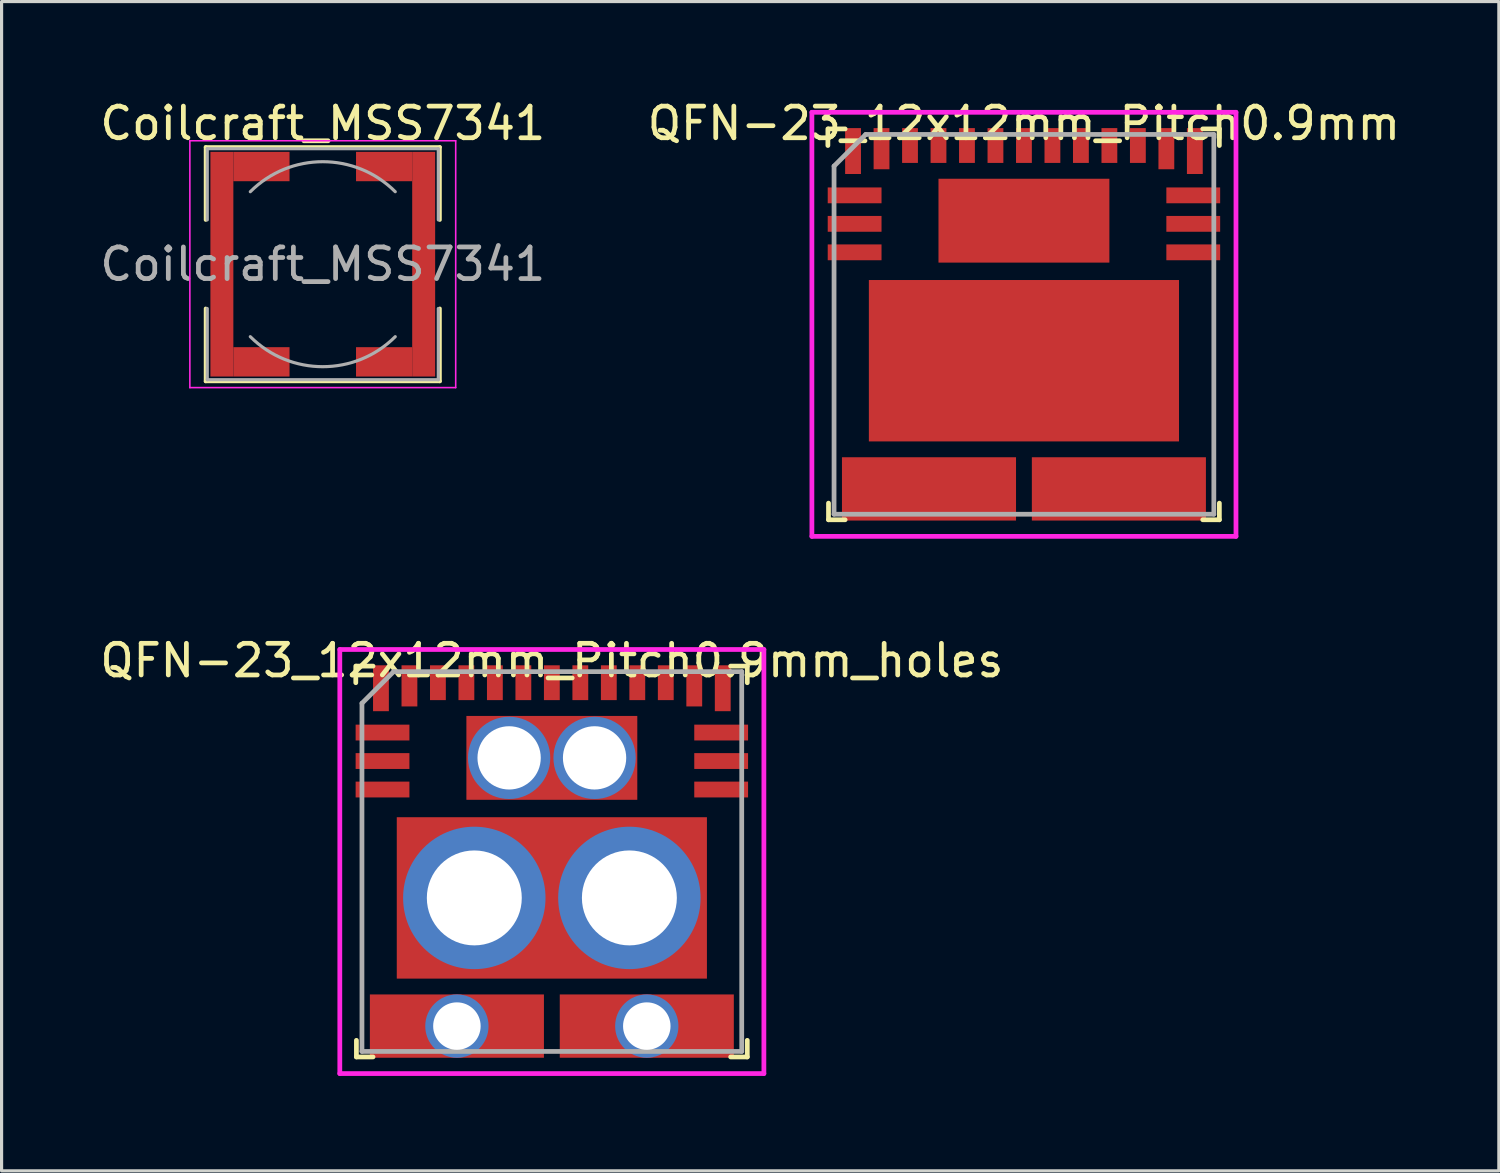
<source format=kicad_pcb>
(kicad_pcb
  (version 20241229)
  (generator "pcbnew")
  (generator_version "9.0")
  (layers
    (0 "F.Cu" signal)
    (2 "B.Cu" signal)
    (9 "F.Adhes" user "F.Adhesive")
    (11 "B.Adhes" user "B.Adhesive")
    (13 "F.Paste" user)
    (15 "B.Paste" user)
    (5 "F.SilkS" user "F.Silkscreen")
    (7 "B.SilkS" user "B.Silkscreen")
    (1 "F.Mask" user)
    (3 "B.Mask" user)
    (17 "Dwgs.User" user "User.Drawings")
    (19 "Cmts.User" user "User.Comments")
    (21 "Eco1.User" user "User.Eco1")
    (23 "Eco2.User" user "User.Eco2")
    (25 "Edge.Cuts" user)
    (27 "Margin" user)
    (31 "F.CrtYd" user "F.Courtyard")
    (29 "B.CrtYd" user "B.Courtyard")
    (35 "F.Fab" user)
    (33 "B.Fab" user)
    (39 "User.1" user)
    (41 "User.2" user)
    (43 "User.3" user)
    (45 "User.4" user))
  (footprint "Coilcraft_MSS7341"
    (layer "F.Cu")
    (at 7.149 5.298)
    (property "Reference" "Coilcraft_MSS7341" (at 0 -4.45 0) (layer "F.SilkS") (effects (font (size 1 1) (thickness 0.15))))
    (attr smd)
    (fp_line (start -3.7 -3.7) (end 3.7 -3.7) (stroke (width 0.12) (type solid)) (layer "F.SilkS"))
    (fp_line (start -3.7 -1.4) (end -3.7 -3.7) (stroke (width 0.12) (type solid)) (layer "F.SilkS"))
    (fp_line (start -3.7 3.7) (end -3.7 1.4) (stroke (width 0.12) (type solid)) (layer "F.SilkS"))
    (fp_line (start 3.7 -3.7) (end 3.7 -1.4) (stroke (width 0.12) (type solid)) (layer "F.SilkS"))
    (fp_line (start 3.7 1.4) (end 3.7 3.7) (stroke (width 0.12) (type solid)) (layer "F.SilkS"))
    (fp_line (start 3.7 3.7) (end -3.7 3.7) (stroke (width 0.12) (type solid)) (layer "F.SilkS"))
    (fp_line (start -4.2 -3.9) (end -4.2 3.9) (stroke (width 0.05) (type solid)) (layer "F.CrtYd"))
    (fp_line (start -4.2 3.9) (end 4.2 3.9) (stroke (width 0.05) (type solid)) (layer "F.CrtYd"))
    (fp_line (start 4.2 -3.9) (end -4.2 -3.9) (stroke (width 0.05) (type solid)) (layer "F.CrtYd"))
    (fp_line (start 4.2 3.9) (end 4.2 -3.9) (stroke (width 0.05) (type solid)) (layer "F.CrtYd"))
    (fp_line (start -3.65 -3.65) (end -3.65 -1.4) (stroke (width 0.1) (type solid)) (layer "F.Fab"))
    (fp_line (start -3.65 -3.65) (end 3.65 -3.65) (stroke (width 0.1) (type solid)) (layer "F.Fab"))
    (fp_line (start -3.65 3.65) (end -3.65 1.4) (stroke (width 0.1) (type solid)) (layer "F.Fab"))
    (fp_line (start 3.65 -3.65) (end 3.65 -1.4) (stroke (width 0.1) (type solid)) (layer "F.Fab"))
    (fp_line (start 3.65 3.65) (end -3.65 3.65) (stroke (width 0.1) (type solid)) (layer "F.Fab"))
    (fp_line (start 3.65 3.65) (end 3.65 1.4) (stroke (width 0.1) (type solid)) (layer "F.Fab"))
    (fp_arc (start -2.29 -2.29) (mid 0 -3.238549) (end 2.29 -2.29) (stroke (width 0.1) (type solid)) (layer "F.Fab"))
    (fp_arc (start 2.29 2.29) (mid 0 3.238549) (end -2.29 2.29) (stroke (width 0.1) (type solid)) (layer "F.Fab"))
    (fp_text user "${REFERENCE}" (at 0 0 0) (layer "F.Fab") (effects (font (size 1 1) (thickness 0.15))))
    (pad "1" smd rect (at -3.188 0) (size 0.725 7.1) (layers "F.Cu" "F.Mask" "F.Paste"))
    (pad "1" smd rect (at -1.938 -3.086) (size 1.775 0.928) (layers "F.Cu" "F.Mask" "F.Paste"))
    (pad "1" smd rect (at -1.938 3.086) (size 1.775 0.928) (layers "F.Cu" "F.Mask" "F.Paste"))
    (pad "2" smd rect (at 1.938 -3.086) (size 1.775 0.928) (layers "F.Cu" "F.Mask" "F.Paste"))
    (pad "2" smd rect (at 1.938 3.086) (size 1.775 0.928) (layers "F.Cu" "F.Mask" "F.Paste"))
    (pad "2" smd rect (at 3.188 0) (size 0.725 7.1) (layers "F.Cu" "F.Mask" "F.Paste")))
  (footprint "QFN-23_12x12mm_Pitch0.9mm_holes"
    (layer "F.Cu")
    (at 14.387 24.172)
    (property "Reference" "QFN-23_12x12mm_Pitch0.9mm_holes" (at 0 -6.35 0) (layer "F.SilkS") (effects (font (size 1 1) (thickness 0.15))))
    (attr smd)
    (fp_line (start -6.195 -6.175) (end -6.195 -5.65) (stroke (width 0.15) (type solid)) (layer "F.SilkS"))
    (fp_line (start -6.175 -6.175) (end -5.65 -6.175) (stroke (width 0.15) (type solid)) (layer "F.SilkS"))
    (fp_line (start -6.175 6.175) (end -6.175 5.65) (stroke (width 0.15) (type solid)) (layer "F.SilkS"))
    (fp_line (start -6.175 6.175) (end -5.65 6.175) (stroke (width 0.15) (type solid)) (layer "F.SilkS"))
    (fp_line (start 6.175 -6.175) (end 5.65 -6.175) (stroke (width 0.15) (type solid)) (layer "F.SilkS"))
    (fp_line (start 6.175 -6.175) (end 6.175 -5.65) (stroke (width 0.15) (type solid)) (layer "F.SilkS"))
    (fp_line (start 6.175 6.175) (end 5.65 6.175) (stroke (width 0.15) (type solid)) (layer "F.SilkS"))
    (fp_line (start 6.175 6.175) (end 6.175 5.65) (stroke (width 0.15) (type solid)) (layer "F.SilkS"))
    (fp_line (start -6.7 -6.7) (end -6.7 6.7) (stroke (width 0.15) (type solid)) (layer "F.CrtYd"))
    (fp_line (start -6.7 -6.7) (end 6.7 -6.7) (stroke (width 0.15) (type solid)) (layer "F.CrtYd"))
    (fp_line (start -6.7 6.7) (end 6.7 6.7) (stroke (width 0.15) (type solid)) (layer "F.CrtYd"))
    (fp_line (start 6.7 -6.7) (end 6.7 6.7) (stroke (width 0.15) (type solid)) (layer "F.CrtYd"))
    (fp_line (start -6 -5) (end -5 -6) (stroke (width 0.15) (type solid)) (layer "F.Fab"))
    (fp_line (start -6 6) (end -6 -5) (stroke (width 0.15) (type solid)) (layer "F.Fab"))
    (fp_line (start -5 -6) (end 6 -6) (stroke (width 0.15) (type solid)) (layer "F.Fab"))
    (fp_line (start 6 -6) (end 6 6) (stroke (width 0.15) (type solid)) (layer "F.Fab"))
    (fp_line (start 6 6) (end -6 6) (stroke (width 0.15) (type solid)) (layer "F.Fab"))
    (pad "1" smd rect (at 5.4 -5.475) (size 0.5 1.45) (layers "F.Cu" "F.Mask" "F.Paste"))
    (pad "2" smd rect (at 4.5 -5.55) (size 0.5 1.3) (layers "F.Cu" "F.Mask" "F.Paste"))
    (pad "3" smd rect (at 3.6 -5.65) (size 0.5 1.1) (layers "F.Cu" "F.Mask" "F.Paste"))
    (pad "4" smd rect (at 2.7 -5.65) (size 0.5 1.1) (layers "F.Cu" "F.Mask" "F.Paste"))
    (pad "5" smd rect (at 1.8 -5.65) (size 0.5 1.1) (layers "F.Cu" "F.Mask" "F.Paste"))
    (pad "6" smd rect (at 0.9 -5.65) (size 0.5 1.1) (layers "F.Cu" "F.Mask" "F.Paste"))
    (pad "7" smd rect (at 0 -5.65) (size 0.5 1.1) (layers "F.Cu" "F.Mask" "F.Paste"))
    (pad "8" smd rect (at -0.9 -5.65) (size 0.5 1.1) (layers "F.Cu" "F.Mask" "F.Paste"))
    (pad "9" smd rect (at -1.8 -5.65) (size 0.5 1.1) (layers "F.Cu" "F.Mask" "F.Paste"))
    (pad "10" smd rect (at -2.7 -5.65) (size 0.5 1.1) (layers "F.Cu" "F.Mask" "F.Paste"))
    (pad "11" smd rect (at -3.6 -5.65) (size 0.5 1.1) (layers "F.Cu" "F.Mask" "F.Paste"))
    (pad "12" smd rect (at -4.5 -5.55) (size 0.5 1.3) (layers "F.Cu" "F.Mask" "F.Paste"))
    (pad "13" smd rect (at -5.4 -5.475) (size 0.5 1.45) (layers "F.Cu" "F.Mask" "F.Paste"))
    (pad "14" thru_hole circle (at -1.35 -3.275) (size 2.6 2.6) (drill 2) (layers "*.Cu" "*.Mask"))
    (pad "14" smd rect (at 0 -3.275) (size 5.4 2.65) (layers "F.Cu" "F.Mask" "F.Paste"))
    (pad "14" thru_hole circle (at 1.35 -3.275) (size 2.6 2.6) (drill 2) (layers "*.Cu" "*.Mask"))
    (pad "15" thru_hole circle (at -2.45 1.15) (size 4.5 4.5) (drill 3) (layers "*.Cu" "*.Mask"))
    (pad "15" smd rect (at 0 1.15) (size 9.8 5.1) (layers "F.Cu" "F.Mask" "F.Paste"))
    (pad "15" thru_hole circle (at 2.45 1.15) (size 4.5 4.5) (drill 3) (layers "*.Cu" "*.Mask"))
    (pad "16" smd rect (at -5.35 -4.075) (size 1.7 0.5) (layers "F.Cu" "F.Mask" "F.Paste"))
    (pad "17" smd rect (at -5.35 -3.175) (size 1.7 0.5) (layers "F.Cu" "F.Mask" "F.Paste"))
    (pad "18" smd rect (at -5.35 -2.275) (size 1.7 0.5) (layers "F.Cu" "F.Mask" "F.Paste"))
    (pad "19" thru_hole circle (at -3 5.2) (size 2 2) (drill 1.5) (layers "*.Cu" "*.Mask"))
    (pad "19" smd rect (at -3 5.2 90) (size 2 5.5) (layers "F.Cu" "F.Mask" "F.Paste"))
    (pad "20" thru_hole circle (at 3 5.2) (size 2 2) (drill 1.5) (layers "*.Cu" "*.Mask"))
    (pad "20" smd rect (at 3 5.2) (size 5.5 2) (layers "F.Cu" "F.Mask" "F.Paste"))
    (pad "21" smd rect (at 5.35 -2.275) (size 1.7 0.5) (layers "F.Cu" "F.Mask" "F.Paste"))
    (pad "22" smd rect (at 5.35 -3.175) (size 1.7 0.5) (layers "F.Cu" "F.Mask" "F.Paste"))
    (pad "23" smd rect (at 5.35 -4.075) (size 1.7 0.5) (layers "F.Cu" "F.Mask" "F.Paste")))
  (footprint "QFN-23_12x12mm_Pitch0.9mm"
    (layer "F.Cu")
    (at 29.304 7.198)
    (property "Reference" "QFN-23_12x12mm_Pitch0.9mm" (at 0 -6.35 0) (layer "F.SilkS") (effects (font (size 1 1) (thickness 0.15))))
    (attr smd)
    (fp_line (start -6.195 -6.175) (end -6.195 -5.65) (stroke (width 0.15) (type solid)) (layer "F.SilkS"))
    (fp_line (start -6.175 -6.175) (end -5.65 -6.175) (stroke (width 0.15) (type solid)) (layer "F.SilkS"))
    (fp_line (start -6.175 6.175) (end -6.175 5.65) (stroke (width 0.15) (type solid)) (layer "F.SilkS"))
    (fp_line (start -6.175 6.175) (end -5.65 6.175) (stroke (width 0.15) (type solid)) (layer "F.SilkS"))
    (fp_line (start 6.175 -6.175) (end 5.65 -6.175) (stroke (width 0.15) (type solid)) (layer "F.SilkS"))
    (fp_line (start 6.175 -6.175) (end 6.175 -5.65) (stroke (width 0.15) (type solid)) (layer "F.SilkS"))
    (fp_line (start 6.175 6.175) (end 5.65 6.175) (stroke (width 0.15) (type solid)) (layer "F.SilkS"))
    (fp_line (start 6.175 6.175) (end 6.175 5.65) (stroke (width 0.15) (type solid)) (layer "F.SilkS"))
    (fp_line (start -6.7 -6.7) (end -6.7 6.7) (stroke (width 0.15) (type solid)) (layer "F.CrtYd"))
    (fp_line (start -6.7 -6.7) (end 6.7 -6.7) (stroke (width 0.15) (type solid)) (layer "F.CrtYd"))
    (fp_line (start -6.7 6.7) (end 6.7 6.7) (stroke (width 0.15) (type solid)) (layer "F.CrtYd"))
    (fp_line (start 6.7 -6.7) (end 6.7 6.7) (stroke (width 0.15) (type solid)) (layer "F.CrtYd"))
    (fp_line (start -6 -5) (end -5 -6) (stroke (width 0.15) (type solid)) (layer "F.Fab"))
    (fp_line (start -6 6) (end -6 -5) (stroke (width 0.15) (type solid)) (layer "F.Fab"))
    (fp_line (start -5 -6) (end 6 -6) (stroke (width 0.15) (type solid)) (layer "F.Fab"))
    (fp_line (start 6 -6) (end 6 6) (stroke (width 0.15) (type solid)) (layer "F.Fab"))
    (fp_line (start 6 6) (end -6 6) (stroke (width 0.15) (type solid)) (layer "F.Fab"))
    (pad "1" smd rect (at 5.4 -5.475) (size 0.5 1.45) (layers "F.Cu" "F.Mask" "F.Paste"))
    (pad "2" smd rect (at 4.5 -5.55) (size 0.5 1.3) (layers "F.Cu" "F.Mask" "F.Paste"))
    (pad "3" smd rect (at 3.6 -5.65) (size 0.5 1.1) (layers "F.Cu" "F.Mask" "F.Paste"))
    (pad "4" smd rect (at 2.7 -5.65) (size 0.5 1.1) (layers "F.Cu" "F.Mask" "F.Paste"))
    (pad "5" smd rect (at 1.8 -5.65) (size 0.5 1.1) (layers "F.Cu" "F.Mask" "F.Paste"))
    (pad "6" smd rect (at 0.9 -5.65) (size 0.5 1.1) (layers "F.Cu" "F.Mask" "F.Paste"))
    (pad "7" smd rect (at 0 -5.65) (size 0.5 1.1) (layers "F.Cu" "F.Mask" "F.Paste"))
    (pad "8" smd rect (at -0.9 -5.65) (size 0.5 1.1) (layers "F.Cu" "F.Mask" "F.Paste"))
    (pad "9" smd rect (at -1.8 -5.65) (size 0.5 1.1) (layers "F.Cu" "F.Mask" "F.Paste"))
    (pad "10" smd rect (at -2.7 -5.65) (size 0.5 1.1) (layers "F.Cu" "F.Mask" "F.Paste"))
    (pad "11" smd rect (at -3.6 -5.65) (size 0.5 1.1) (layers "F.Cu" "F.Mask" "F.Paste"))
    (pad "12" smd rect (at -4.5 -5.55) (size 0.5 1.3) (layers "F.Cu" "F.Mask" "F.Paste"))
    (pad "13" smd rect (at -5.4 -5.475) (size 0.5 1.45) (layers "F.Cu" "F.Mask" "F.Paste"))
    (pad "14" smd rect (at 0 -3.275) (size 5.4 2.65) (layers "F.Cu" "F.Mask" "F.Paste"))
    (pad "15" smd rect (at 0 1.15) (size 9.8 5.1) (layers "F.Cu" "F.Mask" "F.Paste"))
    (pad "16" smd rect (at -5.35 -4.075) (size 1.7 0.5) (layers "F.Cu" "F.Mask" "F.Paste"))
    (pad "17" smd rect (at -5.35 -3.175) (size 1.7 0.5) (layers "F.Cu" "F.Mask" "F.Paste"))
    (pad "18" smd rect (at -5.35 -2.275) (size 1.7 0.5) (layers "F.Cu" "F.Mask" "F.Paste"))
    (pad "19" smd rect (at -3 5.2 90) (size 2 5.5) (layers "F.Cu" "F.Mask" "F.Paste"))
    (pad "20" smd rect (at 3 5.2) (size 5.5 2) (layers "F.Cu" "F.Mask" "F.Paste"))
    (pad "21" smd rect (at 5.35 -2.275) (size 1.7 0.5) (layers "F.Cu" "F.Mask" "F.Paste"))
    (pad "22" smd rect (at 5.35 -3.175) (size 1.7 0.5) (layers "F.Cu" "F.Mask" "F.Paste"))
    (pad "23" smd rect (at 5.35 -4.075) (size 1.7 0.5) (layers "F.Cu" "F.Mask" "F.Paste")))
  (gr_rect
    (start -3 -3)
    (end 44.31 33.947)
    (stroke (width 0.1) (type default))
    (fill no)
    (layer "Edge.Cuts")))
</source>
